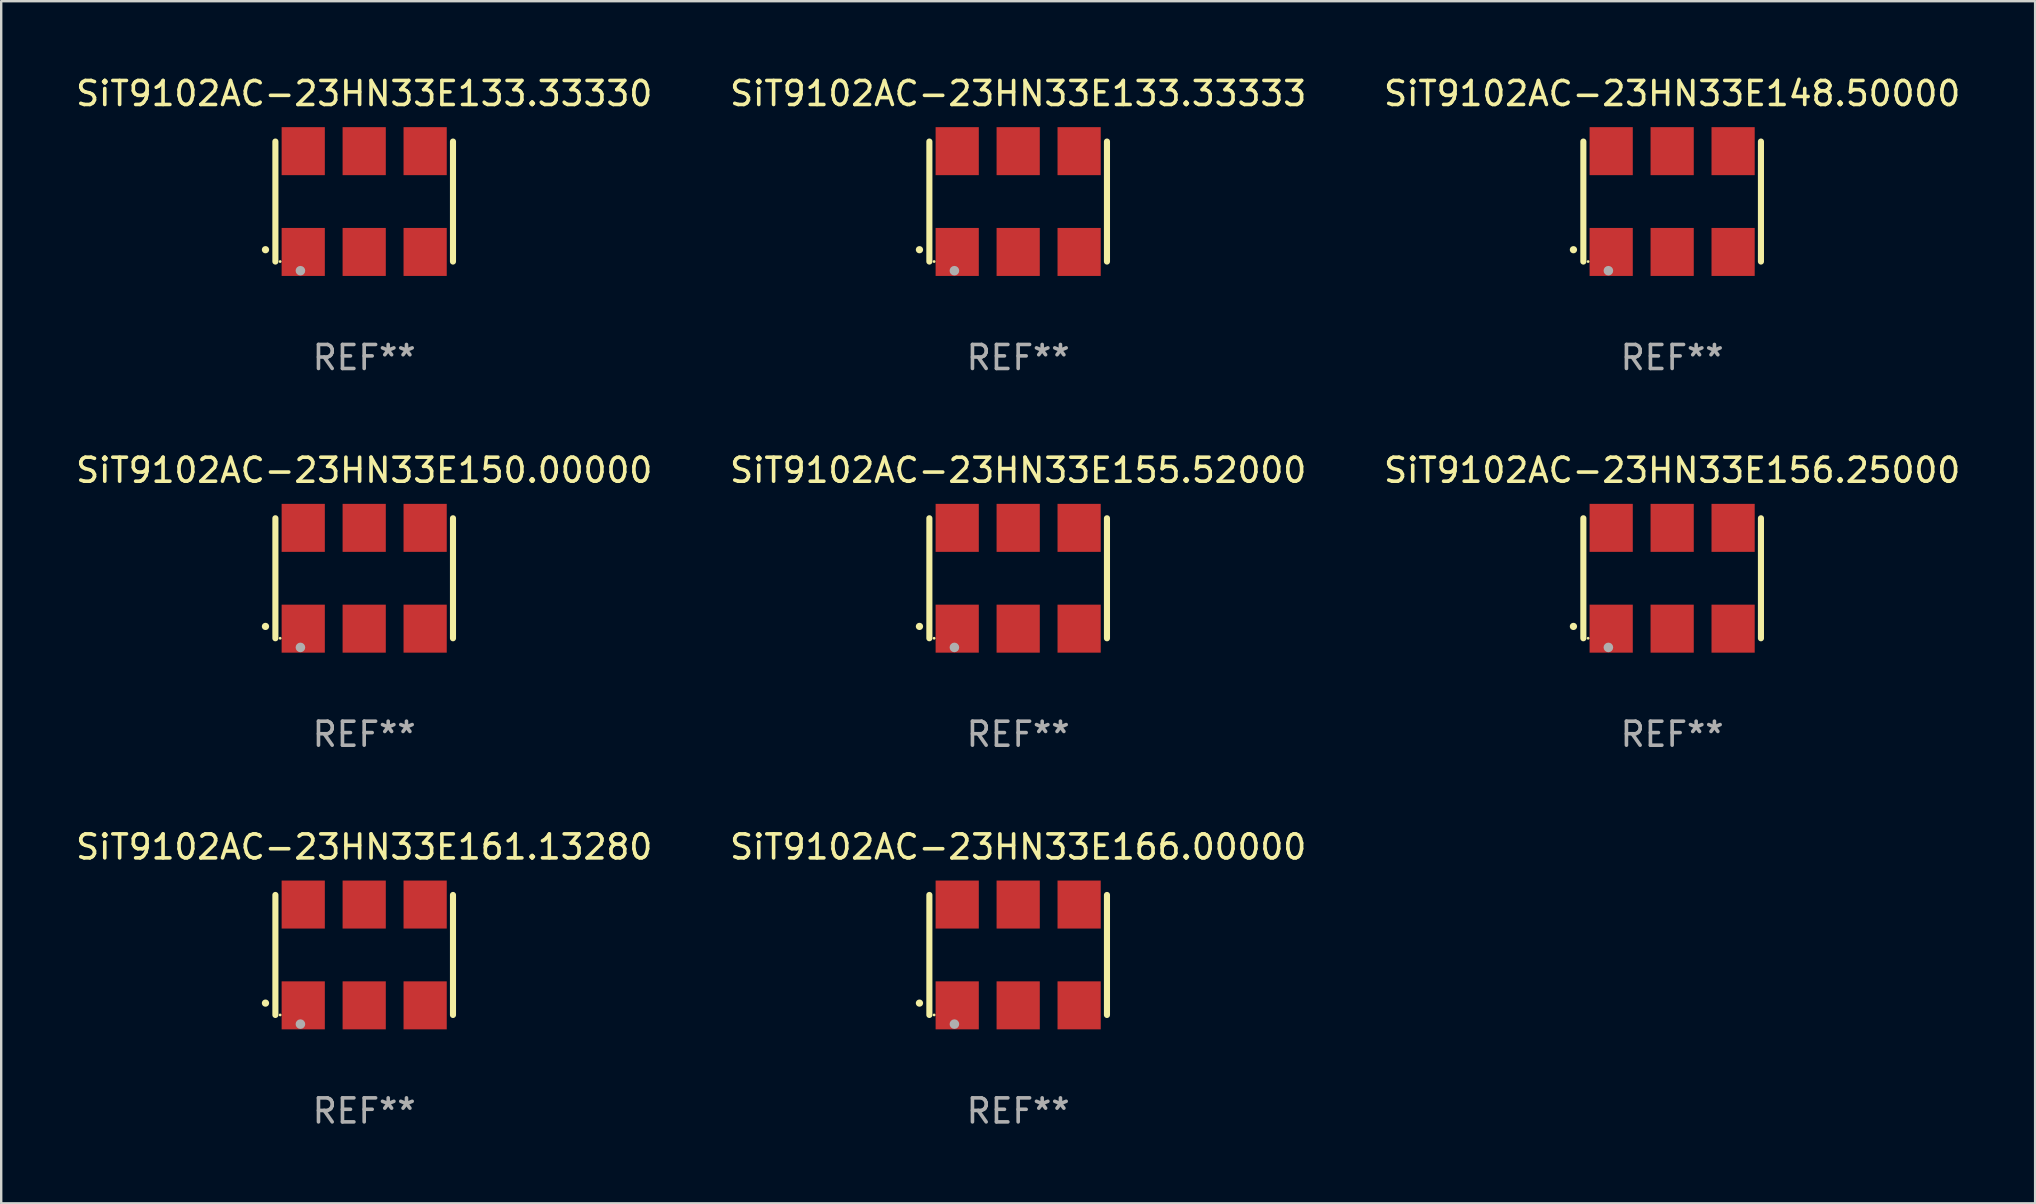
<source format=kicad_pcb>
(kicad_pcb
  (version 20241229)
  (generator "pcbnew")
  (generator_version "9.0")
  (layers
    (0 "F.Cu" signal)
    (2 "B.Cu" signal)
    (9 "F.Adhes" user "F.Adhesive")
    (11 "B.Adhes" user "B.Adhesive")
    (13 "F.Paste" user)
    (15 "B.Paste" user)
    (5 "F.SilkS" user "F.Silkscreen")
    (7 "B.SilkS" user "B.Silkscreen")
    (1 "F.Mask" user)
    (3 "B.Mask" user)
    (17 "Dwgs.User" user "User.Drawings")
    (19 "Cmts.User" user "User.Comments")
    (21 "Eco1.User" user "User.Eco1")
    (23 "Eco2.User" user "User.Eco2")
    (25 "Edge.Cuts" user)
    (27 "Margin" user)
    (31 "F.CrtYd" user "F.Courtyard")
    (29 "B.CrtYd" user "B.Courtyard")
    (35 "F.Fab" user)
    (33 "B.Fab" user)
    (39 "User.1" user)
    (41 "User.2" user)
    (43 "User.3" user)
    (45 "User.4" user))
  (footprint "SiT9102AC-23HN33E150.00000"
    (layer "F.Cu")
    (at 12.125 21.045)
    (property "Reference" "SiT9102AC-23HN33E150.00000" (at 0 -4.5 0) (layer "F.SilkS") (effects (font (size 1 1) (thickness 0.15))))
    (attr through_hole)
    (fp_line (start -3.7 -2.5) (end -3.7 2.5) (stroke (width 0.254) (type solid)) (layer "F.SilkS"))
    (fp_line (start 3.7 -2.5) (end 3.7 2.5) (stroke (width 0.254) (type solid)) (layer "F.SilkS"))
    (fp_arc (start -4.114415 2.006604) (mid -4.113145 2.006599) (end -4.111875 2.006604) (stroke (width 0.3) (type solid)) (layer "F.SilkS"))
    (fp_circle (center -3.502 2.5) (end -3.472 2.5) (stroke (width 0.06) (type solid)) (fill no) (layer "F.SilkS"))
    (fp_circle (center -2.657 2.882) (end -2.557 2.882) (stroke (width 0.2) (type solid)) (fill no) (layer "F.Fab"))
    (fp_text user "REF**" (at 0 6.5 0) (layer "F.Fab") (effects (font (size 1 1) (thickness 0.15))))
    (pad "1" smd rect (at -2.54 2.1) (size 1.8 2) (layers "F.Cu" "F.Mask" "F.Paste"))
    (pad "2" smd rect (at 0.000394 2.1) (size 1.8 2) (layers "F.Cu" "F.Mask" "F.Paste"))
    (pad "3" smd rect (at 2.54 2.1) (size 1.8 2) (layers "F.Cu" "F.Mask" "F.Paste"))
    (pad "4" smd rect (at 2.54 -2.1) (size 1.8 2) (layers "F.Cu" "F.Mask" "F.Paste"))
    (pad "5" smd rect (at 0.000394 -2.1) (size 1.8 2) (layers "F.Cu" "F.Mask" "F.Paste"))
    (pad "6" smd rect (at -2.54 -2.1) (size 1.8 2) (layers "F.Cu" "F.Mask" "F.Paste")))
  (footprint "SiT9102AC-23HN33E133.33333"
    (layer "F.Cu")
    (at 39.375 5.348)
    (property "Reference" "SiT9102AC-23HN33E133.33333" (at 0 -4.5 0) (layer "F.SilkS") (effects (font (size 1 1) (thickness 0.15))))
    (attr through_hole)
    (fp_line (start -3.7 -2.5) (end -3.7 2.5) (stroke (width 0.254) (type solid)) (layer "F.SilkS"))
    (fp_line (start 3.7 -2.5) (end 3.7 2.5) (stroke (width 0.254) (type solid)) (layer "F.SilkS"))
    (fp_arc (start -4.114415 2.006604) (mid -4.113145 2.006599) (end -4.111875 2.006604) (stroke (width 0.3) (type solid)) (layer "F.SilkS"))
    (fp_circle (center -3.502 2.5) (end -3.472 2.5) (stroke (width 0.06) (type solid)) (fill no) (layer "F.SilkS"))
    (fp_circle (center -2.657 2.882) (end -2.557 2.882) (stroke (width 0.2) (type solid)) (fill no) (layer "F.Fab"))
    (fp_text user "REF**" (at 0 6.5 0) (layer "F.Fab") (effects (font (size 1 1) (thickness 0.15))))
    (pad "1" smd rect (at -2.54 2.1) (size 1.8 2) (layers "F.Cu" "F.Mask" "F.Paste"))
    (pad "2" smd rect (at 0.000394 2.1) (size 1.8 2) (layers "F.Cu" "F.Mask" "F.Paste"))
    (pad "3" smd rect (at 2.54 2.1) (size 1.8 2) (layers "F.Cu" "F.Mask" "F.Paste"))
    (pad "4" smd rect (at 2.54 -2.1) (size 1.8 2) (layers "F.Cu" "F.Mask" "F.Paste"))
    (pad "5" smd rect (at 0.000394 -2.1) (size 1.8 2) (layers "F.Cu" "F.Mask" "F.Paste"))
    (pad "6" smd rect (at -2.54 -2.1) (size 1.8 2) (layers "F.Cu" "F.Mask" "F.Paste")))
  (footprint "SiT9102AC-23HN33E166.00000"
    (layer "F.Cu")
    (at 39.375 36.741)
    (property "Reference" "SiT9102AC-23HN33E166.00000" (at 0 -4.5 0) (layer "F.SilkS") (effects (font (size 1 1) (thickness 0.15))))
    (attr through_hole)
    (fp_line (start -3.7 -2.5) (end -3.7 2.5) (stroke (width 0.254) (type solid)) (layer "F.SilkS"))
    (fp_line (start 3.7 -2.5) (end 3.7 2.5) (stroke (width 0.254) (type solid)) (layer "F.SilkS"))
    (fp_arc (start -4.114415 2.006604) (mid -4.113145 2.006599) (end -4.111875 2.006604) (stroke (width 0.3) (type solid)) (layer "F.SilkS"))
    (fp_circle (center -3.502 2.5) (end -3.472 2.5) (stroke (width 0.06) (type solid)) (fill no) (layer "F.SilkS"))
    (fp_circle (center -2.657 2.882) (end -2.557 2.882) (stroke (width 0.2) (type solid)) (fill no) (layer "F.Fab"))
    (fp_text user "REF**" (at 0 6.5 0) (layer "F.Fab") (effects (font (size 1 1) (thickness 0.15))))
    (pad "1" smd rect (at -2.54 2.1) (size 1.8 2) (layers "F.Cu" "F.Mask" "F.Paste"))
    (pad "2" smd rect (at 0.000394 2.1) (size 1.8 2) (layers "F.Cu" "F.Mask" "F.Paste"))
    (pad "3" smd rect (at 2.54 2.1) (size 1.8 2) (layers "F.Cu" "F.Mask" "F.Paste"))
    (pad "4" smd rect (at 2.54 -2.1) (size 1.8 2) (layers "F.Cu" "F.Mask" "F.Paste"))
    (pad "5" smd rect (at 0.000394 -2.1) (size 1.8 2) (layers "F.Cu" "F.Mask" "F.Paste"))
    (pad "6" smd rect (at -2.54 -2.1) (size 1.8 2) (layers "F.Cu" "F.Mask" "F.Paste")))
  (footprint "SiT9102AC-23HN33E155.52000"
    (layer "F.Cu")
    (at 39.375 21.045)
    (property "Reference" "SiT9102AC-23HN33E155.52000" (at 0 -4.5 0) (layer "F.SilkS") (effects (font (size 1 1) (thickness 0.15))))
    (attr through_hole)
    (fp_line (start -3.7 -2.5) (end -3.7 2.5) (stroke (width 0.254) (type solid)) (layer "F.SilkS"))
    (fp_line (start 3.7 -2.5) (end 3.7 2.5) (stroke (width 0.254) (type solid)) (layer "F.SilkS"))
    (fp_arc (start -4.114415 2.006604) (mid -4.113145 2.006599) (end -4.111875 2.006604) (stroke (width 0.3) (type solid)) (layer "F.SilkS"))
    (fp_circle (center -3.502 2.5) (end -3.472 2.5) (stroke (width 0.06) (type solid)) (fill no) (layer "F.SilkS"))
    (fp_circle (center -2.657 2.882) (end -2.557 2.882) (stroke (width 0.2) (type solid)) (fill no) (layer "F.Fab"))
    (fp_text user "REF**" (at 0 6.5 0) (layer "F.Fab") (effects (font (size 1 1) (thickness 0.15))))
    (pad "1" smd rect (at -2.54 2.1) (size 1.8 2) (layers "F.Cu" "F.Mask" "F.Paste"))
    (pad "2" smd rect (at 0.000394 2.1) (size 1.8 2) (layers "F.Cu" "F.Mask" "F.Paste"))
    (pad "3" smd rect (at 2.54 2.1) (size 1.8 2) (layers "F.Cu" "F.Mask" "F.Paste"))
    (pad "4" smd rect (at 2.54 -2.1) (size 1.8 2) (layers "F.Cu" "F.Mask" "F.Paste"))
    (pad "5" smd rect (at 0.000394 -2.1) (size 1.8 2) (layers "F.Cu" "F.Mask" "F.Paste"))
    (pad "6" smd rect (at -2.54 -2.1) (size 1.8 2) (layers "F.Cu" "F.Mask" "F.Paste")))
  (footprint "SiT9102AC-23HN33E133.33330"
    (layer "F.Cu")
    (at 12.125 5.348)
    (property "Reference" "SiT9102AC-23HN33E133.33330" (at 0 -4.5 0) (layer "F.SilkS") (effects (font (size 1 1) (thickness 0.15))))
    (attr through_hole)
    (fp_line (start -3.7 -2.5) (end -3.7 2.5) (stroke (width 0.254) (type solid)) (layer "F.SilkS"))
    (fp_line (start 3.7 -2.5) (end 3.7 2.5) (stroke (width 0.254) (type solid)) (layer "F.SilkS"))
    (fp_arc (start -4.114415 2.006604) (mid -4.113145 2.006599) (end -4.111875 2.006604) (stroke (width 0.3) (type solid)) (layer "F.SilkS"))
    (fp_circle (center -3.502 2.5) (end -3.472 2.5) (stroke (width 0.06) (type solid)) (fill no) (layer "F.SilkS"))
    (fp_circle (center -2.657 2.882) (end -2.557 2.882) (stroke (width 0.2) (type solid)) (fill no) (layer "F.Fab"))
    (fp_text user "REF**" (at 0 6.5 0) (layer "F.Fab") (effects (font (size 1 1) (thickness 0.15))))
    (pad "1" smd rect (at -2.54 2.1) (size 1.8 2) (layers "F.Cu" "F.Mask" "F.Paste"))
    (pad "2" smd rect (at 0.000394 2.1) (size 1.8 2) (layers "F.Cu" "F.Mask" "F.Paste"))
    (pad "3" smd rect (at 2.54 2.1) (size 1.8 2) (layers "F.Cu" "F.Mask" "F.Paste"))
    (pad "4" smd rect (at 2.54 -2.1) (size 1.8 2) (layers "F.Cu" "F.Mask" "F.Paste"))
    (pad "5" smd rect (at 0.000394 -2.1) (size 1.8 2) (layers "F.Cu" "F.Mask" "F.Paste"))
    (pad "6" smd rect (at -2.54 -2.1) (size 1.8 2) (layers "F.Cu" "F.Mask" "F.Paste")))
  (footprint "SiT9102AC-23HN33E148.50000"
    (layer "F.Cu")
    (at 66.625 5.348)
    (property "Reference" "SiT9102AC-23HN33E148.50000" (at 0 -4.5 0) (layer "F.SilkS") (effects (font (size 1 1) (thickness 0.15))))
    (attr through_hole)
    (fp_line (start -3.7 -2.5) (end -3.7 2.5) (stroke (width 0.254) (type solid)) (layer "F.SilkS"))
    (fp_line (start 3.7 -2.5) (end 3.7 2.5) (stroke (width 0.254) (type solid)) (layer "F.SilkS"))
    (fp_arc (start -4.114415 2.006604) (mid -4.113145 2.006599) (end -4.111875 2.006604) (stroke (width 0.3) (type solid)) (layer "F.SilkS"))
    (fp_circle (center -3.502 2.5) (end -3.472 2.5) (stroke (width 0.06) (type solid)) (fill no) (layer "F.SilkS"))
    (fp_circle (center -2.657 2.882) (end -2.557 2.882) (stroke (width 0.2) (type solid)) (fill no) (layer "F.Fab"))
    (fp_text user "REF**" (at 0 6.5 0) (layer "F.Fab") (effects (font (size 1 1) (thickness 0.15))))
    (pad "1" smd rect (at -2.54 2.1) (size 1.8 2) (layers "F.Cu" "F.Mask" "F.Paste"))
    (pad "2" smd rect (at 0.000394 2.1) (size 1.8 2) (layers "F.Cu" "F.Mask" "F.Paste"))
    (pad "3" smd rect (at 2.54 2.1) (size 1.8 2) (layers "F.Cu" "F.Mask" "F.Paste"))
    (pad "4" smd rect (at 2.54 -2.1) (size 1.8 2) (layers "F.Cu" "F.Mask" "F.Paste"))
    (pad "5" smd rect (at 0.000394 -2.1) (size 1.8 2) (layers "F.Cu" "F.Mask" "F.Paste"))
    (pad "6" smd rect (at -2.54 -2.1) (size 1.8 2) (layers "F.Cu" "F.Mask" "F.Paste")))
  (footprint "SiT9102AC-23HN33E156.25000"
    (layer "F.Cu")
    (at 66.625 21.045)
    (property "Reference" "SiT9102AC-23HN33E156.25000" (at 0 -4.5 0) (layer "F.SilkS") (effects (font (size 1 1) (thickness 0.15))))
    (attr through_hole)
    (fp_line (start -3.7 -2.5) (end -3.7 2.5) (stroke (width 0.254) (type solid)) (layer "F.SilkS"))
    (fp_line (start 3.7 -2.5) (end 3.7 2.5) (stroke (width 0.254) (type solid)) (layer "F.SilkS"))
    (fp_arc (start -4.114415 2.006604) (mid -4.113145 2.006599) (end -4.111875 2.006604) (stroke (width 0.3) (type solid)) (layer "F.SilkS"))
    (fp_circle (center -3.502 2.5) (end -3.472 2.5) (stroke (width 0.06) (type solid)) (fill no) (layer "F.SilkS"))
    (fp_circle (center -2.657 2.882) (end -2.557 2.882) (stroke (width 0.2) (type solid)) (fill no) (layer "F.Fab"))
    (fp_text user "REF**" (at 0 6.5 0) (layer "F.Fab") (effects (font (size 1 1) (thickness 0.15))))
    (pad "1" smd rect (at -2.54 2.1) (size 1.8 2) (layers "F.Cu" "F.Mask" "F.Paste"))
    (pad "2" smd rect (at 0.000394 2.1) (size 1.8 2) (layers "F.Cu" "F.Mask" "F.Paste"))
    (pad "3" smd rect (at 2.54 2.1) (size 1.8 2) (layers "F.Cu" "F.Mask" "F.Paste"))
    (pad "4" smd rect (at 2.54 -2.1) (size 1.8 2) (layers "F.Cu" "F.Mask" "F.Paste"))
    (pad "5" smd rect (at 0.000394 -2.1) (size 1.8 2) (layers "F.Cu" "F.Mask" "F.Paste"))
    (pad "6" smd rect (at -2.54 -2.1) (size 1.8 2) (layers "F.Cu" "F.Mask" "F.Paste")))
  (footprint "SiT9102AC-23HN33E161.13280"
    (layer "F.Cu")
    (at 12.125 36.741)
    (property "Reference" "SiT9102AC-23HN33E161.13280" (at 0 -4.5 0) (layer "F.SilkS") (effects (font (size 1 1) (thickness 0.15))))
    (attr through_hole)
    (fp_line (start -3.7 -2.5) (end -3.7 2.5) (stroke (width 0.254) (type solid)) (layer "F.SilkS"))
    (fp_line (start 3.7 -2.5) (end 3.7 2.5) (stroke (width 0.254) (type solid)) (layer "F.SilkS"))
    (fp_arc (start -4.114415 2.006604) (mid -4.113145 2.006599) (end -4.111875 2.006604) (stroke (width 0.3) (type solid)) (layer "F.SilkS"))
    (fp_circle (center -3.502 2.5) (end -3.472 2.5) (stroke (width 0.06) (type solid)) (fill no) (layer "F.SilkS"))
    (fp_circle (center -2.657 2.882) (end -2.557 2.882) (stroke (width 0.2) (type solid)) (fill no) (layer "F.Fab"))
    (fp_text user "REF**" (at 0 6.5 0) (layer "F.Fab") (effects (font (size 1 1) (thickness 0.15))))
    (pad "1" smd rect (at -2.54 2.1) (size 1.8 2) (layers "F.Cu" "F.Mask" "F.Paste"))
    (pad "2" smd rect (at 0.000394 2.1) (size 1.8 2) (layers "F.Cu" "F.Mask" "F.Paste"))
    (pad "3" smd rect (at 2.54 2.1) (size 1.8 2) (layers "F.Cu" "F.Mask" "F.Paste"))
    (pad "4" smd rect (at 2.54 -2.1) (size 1.8 2) (layers "F.Cu" "F.Mask" "F.Paste"))
    (pad "5" smd rect (at 0.000394 -2.1) (size 1.8 2) (layers "F.Cu" "F.Mask" "F.Paste"))
    (pad "6" smd rect (at -2.54 -2.1) (size 1.8 2) (layers "F.Cu" "F.Mask" "F.Paste")))
  (gr_rect
    (start -3 -3)
    (end 81.75 47.09)
    (stroke (width 0.1) (type default))
    (fill no)
    (layer "Edge.Cuts")))
</source>
